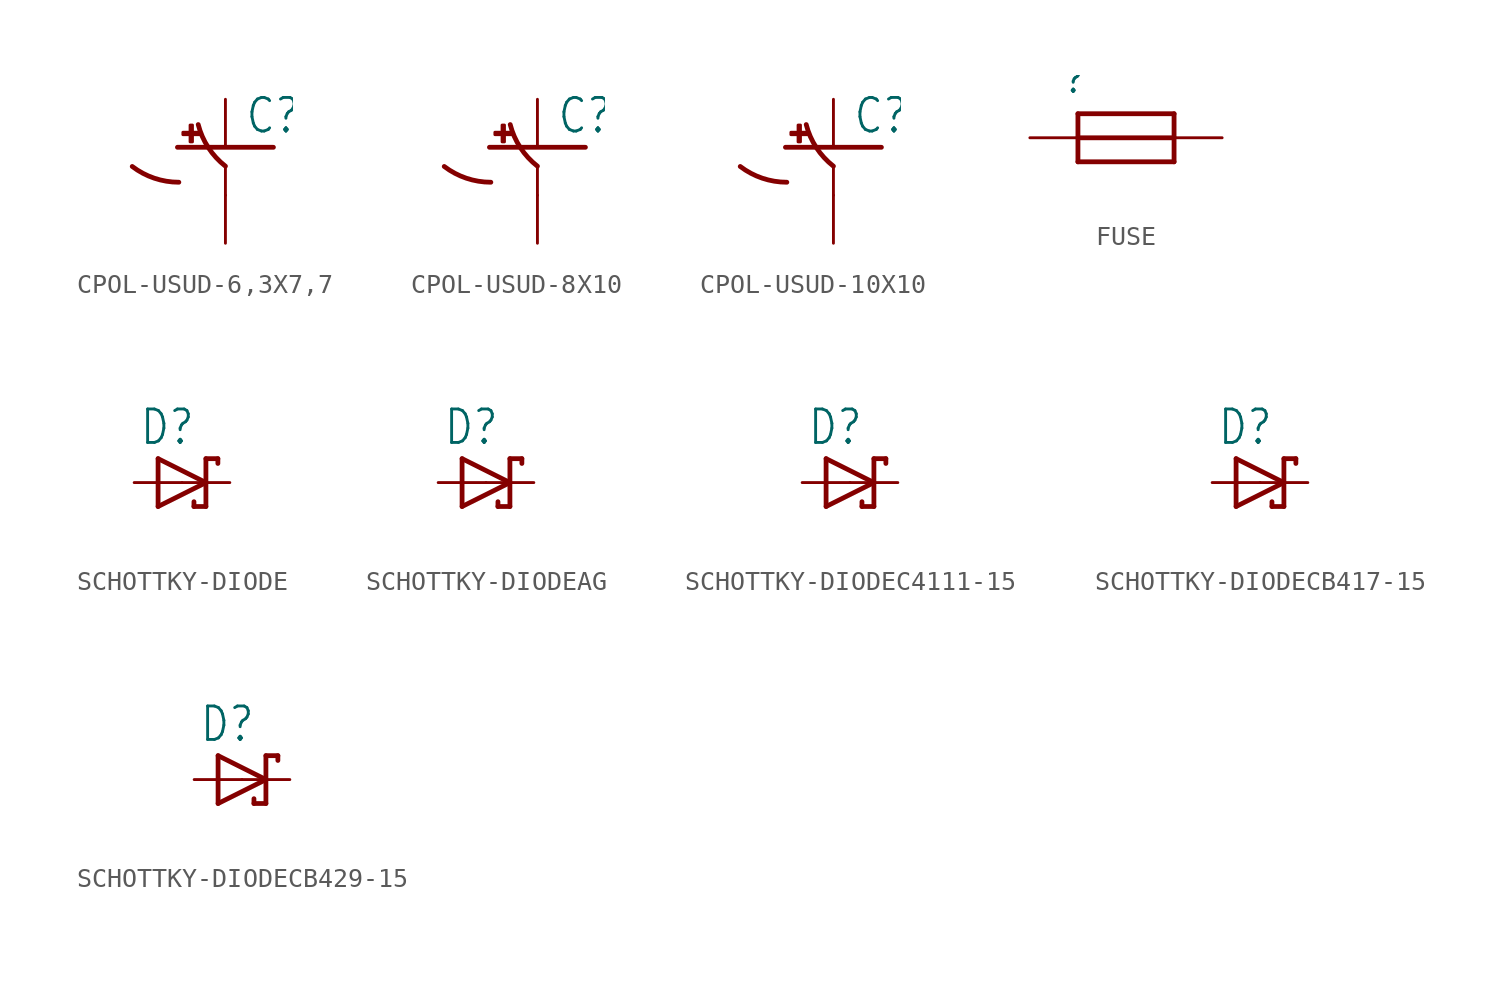
<source format=kicad_sym>
(kicad_symbol_lib
  (version 20241209)
  (generator "kicad_symbol_editor")
  (generator_version "9.0")
  (symbol "CPOL-USUD-6,3X7,7"
    (property "Reference" "C"
      (at 1.016 0.635 0)
      (effects (font (size 1.778 1.511)) (justify left bottom)))
    (property "Value" ""
      (at 1.016 -4.191 0)
      (effects (font (size 1.778 1.511)) (justify left bottom)))
    (property "ki_locked" ""
      (at 0 0 0)
      (effects (font (size 1.27 1.27))))
    (symbol "CPOL-USUD-6,3X7,7_1_0"
      (polyline (pts (xy -2.54 0) (xy 2.54 0)) (stroke (width 0.254) (type solid)) (fill (type none)))
      (arc (start -2.4669 -1.8504) (mid -3.7689 -1.6361) (end -4.9337 -1.0159) (stroke (width 0.254) (type solid)) (fill (type none)))
      (rectangle (start -2.253 0.668) (end -1.364 0.795) (stroke (width 0) (type default)) (fill (type outline)))
      (rectangle (start -1.872 0.287) (end -1.745 1.176) (stroke (width 0) (type default)) (fill (type outline)))
      (polyline (pts (xy 0 -1.016) (xy 0 -2.54)) (stroke (width 0.152) (type solid)) (fill (type none)))
      (arc (start 0 -1) (mid -0.9038 -0.0189) (end -1.4403 1.2025) (stroke (width 0.254) (type solid)) (fill (type none)))
      (pin passive line (at 0 2.54 270) (length 2.54) (name "+" (effects (font (size 0 0)))) (number "+" (effects (font (size 0 0)))))
      (pin passive line (at 0 -5.08 90) (length 2.54) (name "-" (effects (font (size 0 0)))) (number "-" (effects (font (size 0 0)))))))
  (symbol "CPOL-USUD-8X10"
    (property "Reference" "C"
      (at 1.016 0.635 0)
      (effects (font (size 1.778 1.511)) (justify left bottom)))
    (property "Value" ""
      (at 1.016 -4.191 0)
      (effects (font (size 1.778 1.511)) (justify left bottom)))
    (property "ki_locked" ""
      (at 0 0 0)
      (effects (font (size 1.27 1.27))))
    (symbol "CPOL-USUD-8X10_1_0"
      (polyline (pts (xy -2.54 0) (xy 2.54 0)) (stroke (width 0.254) (type solid)) (fill (type none)))
      (arc (start -2.4669 -1.8504) (mid -3.7689 -1.6361) (end -4.9337 -1.0159) (stroke (width 0.254) (type solid)) (fill (type none)))
      (rectangle (start -2.253 0.668) (end -1.364 0.795) (stroke (width 0) (type default)) (fill (type outline)))
      (rectangle (start -1.872 0.287) (end -1.745 1.176) (stroke (width 0) (type default)) (fill (type outline)))
      (polyline (pts (xy 0 -1.016) (xy 0 -2.54)) (stroke (width 0.152) (type solid)) (fill (type none)))
      (arc (start 0 -1) (mid -0.9038 -0.0189) (end -1.4403 1.2025) (stroke (width 0.254) (type solid)) (fill (type none)))
      (pin passive line (at 0 2.54 270) (length 2.54) (name "+" (effects (font (size 0 0)))) (number "+" (effects (font (size 0 0)))))
      (pin passive line (at 0 -5.08 90) (length 2.54) (name "-" (effects (font (size 0 0)))) (number "-" (effects (font (size 0 0)))))))
  (symbol "CPOL-USUD-10X10"
    (property "Reference" "C"
      (at 1.016 0.635 0)
      (effects (font (size 1.778 1.511)) (justify left bottom)))
    (property "Value" ""
      (at 1.016 -4.191 0)
      (effects (font (size 1.778 1.511)) (justify left bottom)))
    (property "ki_locked" ""
      (at 0 0 0)
      (effects (font (size 1.27 1.27))))
    (symbol "CPOL-USUD-10X10_1_0"
      (polyline (pts (xy -2.54 0) (xy 2.54 0)) (stroke (width 0.254) (type solid)) (fill (type none)))
      (arc (start -2.4669 -1.8504) (mid -3.7689 -1.6361) (end -4.9337 -1.0159) (stroke (width 0.254) (type solid)) (fill (type none)))
      (rectangle (start -2.253 0.668) (end -1.364 0.795) (stroke (width 0) (type default)) (fill (type outline)))
      (rectangle (start -1.872 0.287) (end -1.745 1.176) (stroke (width 0) (type default)) (fill (type outline)))
      (polyline (pts (xy 0 -1.016) (xy 0 -2.54)) (stroke (width 0.152) (type solid)) (fill (type none)))
      (arc (start 0 -1) (mid -0.9038 -0.0189) (end -1.4403 1.2025) (stroke (width 0.254) (type solid)) (fill (type none)))
      (pin passive line (at 0 2.54 270) (length 2.54) (name "+" (effects (font (size 0 0)))) (number "+" (effects (font (size 0 0)))))
      (pin passive line (at 0 -5.08 90) (length 2.54) (name "-" (effects (font (size 0 0)))) (number "-" (effects (font (size 0 0)))))))
  (symbol "FUSE"
    (property "Reference" ""
      (at -3.302 2.286 0)
      (effects (font (size 1.27 1.079)) (justify left bottom)))
    (property "Value" ""
      (at -3.302 -3.556 0)
      (effects (font (size 1.27 1.079)) (justify left bottom)))
    (property "ki_locked" ""
      (at 0 0 0)
      (effects (font (size 1.27 1.27))))
    (symbol "FUSE_1_0"
      (polyline (pts (xy -2.54 1.27) (xy 2.54 1.27)) (stroke (width 0.254) (type solid)) (fill (type none)))
      (polyline (pts (xy -2.54 0) (xy -2.54 1.27)) (stroke (width 0.254) (type solid)) (fill (type none)))
      (polyline (pts (xy -2.54 0) (xy 2.54 0)) (stroke (width 0.254) (type solid)) (fill (type none)))
      (polyline (pts (xy -2.54 -1.27) (xy -2.54 0)) (stroke (width 0.254) (type solid)) (fill (type none)))
      (polyline (pts (xy 2.54 1.27) (xy 2.54 0)) (stroke (width 0.254) (type solid)) (fill (type none)))
      (polyline (pts (xy 2.54 0) (xy 2.54 -1.27)) (stroke (width 0.254) (type solid)) (fill (type none)))
      (polyline (pts (xy 2.54 -1.27) (xy -2.54 -1.27)) (stroke (width 0.254) (type solid)) (fill (type none)))
      (pin power_in line (at -5.08 0 0) (length 2.54) (name "1" (effects (font (size 0 0)))) (number "P$1" (effects (font (size 0 0)))))
      (pin passive line (at 5.08 0 180) (length 2.54) (name "2" (effects (font (size 0 0)))) (number "P$2" (effects (font (size 0 0)))))))
  (symbol "SCHOTTKY-DIODE"
    (property "Reference" "D"
      (at -2.286 1.905 0)
      (effects (font (size 1.778 1.511)) (justify left bottom)))
    (property "Value" ""
      (at -2.286 -3.429 0)
      (effects (font (size 1.778 1.511)) (justify left bottom)))
    (property "ki_locked" ""
      (at 0 0 0)
      (effects (font (size 1.27 1.27))))
    (symbol "SCHOTTKY-DIODE_1_0"
      (polyline (pts (xy -1.27 1.27) (xy -1.27 -1.27)) (stroke (width 0.254) (type solid)) (fill (type none)))
      (polyline (pts (xy -1.27 -1.27) (xy 1.27 0)) (stroke (width 0.254) (type solid)) (fill (type none)))
      (polyline (pts (xy 0.635 -1.016) (xy 0.635 -1.27)) (stroke (width 0.254) (type solid)) (fill (type none)))
      (polyline (pts (xy 1.27 1.27) (xy 1.27 0)) (stroke (width 0.254) (type solid)) (fill (type none)))
      (polyline (pts (xy 1.27 0) (xy -1.27 1.27)) (stroke (width 0.254) (type solid)) (fill (type none)))
      (polyline (pts (xy 1.27 0) (xy 1.27 -1.27)) (stroke (width 0.254) (type solid)) (fill (type none)))
      (polyline (pts (xy 1.27 -1.27) (xy 0.635 -1.27)) (stroke (width 0.254) (type solid)) (fill (type none)))
      (polyline (pts (xy 1.905 1.27) (xy 1.27 1.27)) (stroke (width 0.254) (type solid)) (fill (type none)))
      (polyline (pts (xy 1.905 1.27) (xy 1.905 1.016)) (stroke (width 0.254) (type solid)) (fill (type none)))
      (pin passive line (at -2.54 0 0) (length 2.54) (name "A" (effects (font (size 0 0)))) (number "A" (effects (font (size 0 0)))))
      (pin passive line (at 2.54 0 180) (length 2.54) (name "C" (effects (font (size 0 0)))) (number "C" (effects (font (size 0 0)))))))
  (symbol "SCHOTTKY-DIODEAG"
    (property "Reference" "D"
      (at -2.286 1.905 0)
      (effects (font (size 1.778 1.511)) (justify left bottom)))
    (property "Value" ""
      (at -2.286 -3.429 0)
      (effects (font (size 1.778 1.511)) (justify left bottom)))
    (property "ki_locked" ""
      (at 0 0 0)
      (effects (font (size 1.27 1.27))))
    (symbol "SCHOTTKY-DIODEAG_1_0"
      (polyline (pts (xy -1.27 1.27) (xy -1.27 -1.27)) (stroke (width 0.254) (type solid)) (fill (type none)))
      (polyline (pts (xy -1.27 -1.27) (xy 1.27 0)) (stroke (width 0.254) (type solid)) (fill (type none)))
      (polyline (pts (xy 0.635 -1.016) (xy 0.635 -1.27)) (stroke (width 0.254) (type solid)) (fill (type none)))
      (polyline (pts (xy 1.27 1.27) (xy 1.27 0)) (stroke (width 0.254) (type solid)) (fill (type none)))
      (polyline (pts (xy 1.27 0) (xy -1.27 1.27)) (stroke (width 0.254) (type solid)) (fill (type none)))
      (polyline (pts (xy 1.27 0) (xy 1.27 -1.27)) (stroke (width 0.254) (type solid)) (fill (type none)))
      (polyline (pts (xy 1.27 -1.27) (xy 0.635 -1.27)) (stroke (width 0.254) (type solid)) (fill (type none)))
      (polyline (pts (xy 1.905 1.27) (xy 1.27 1.27)) (stroke (width 0.254) (type solid)) (fill (type none)))
      (polyline (pts (xy 1.905 1.27) (xy 1.905 1.016)) (stroke (width 0.254) (type solid)) (fill (type none)))
      (pin passive line (at -2.54 0 0) (length 2.54) (name "A" (effects (font (size 0 0)))) (number "A" (effects (font (size 0 0)))))
      (pin passive line (at 2.54 0 180) (length 2.54) (name "C" (effects (font (size 0 0)))) (number "C" (effects (font (size 0 0)))))))
  (symbol "SCHOTTKY-DIODEC4111-15"
    (property "Reference" "D"
      (at -2.286 1.905 0)
      (effects (font (size 1.778 1.511)) (justify left bottom)))
    (property "Value" ""
      (at -2.286 -3.429 0)
      (effects (font (size 1.778 1.511)) (justify left bottom)))
    (property "ki_locked" ""
      (at 0 0 0)
      (effects (font (size 1.27 1.27))))
    (symbol "SCHOTTKY-DIODEC4111-15_1_0"
      (polyline (pts (xy -1.27 1.27) (xy -1.27 -1.27)) (stroke (width 0.254) (type solid)) (fill (type none)))
      (polyline (pts (xy -1.27 -1.27) (xy 1.27 0)) (stroke (width 0.254) (type solid)) (fill (type none)))
      (polyline (pts (xy 0.635 -1.016) (xy 0.635 -1.27)) (stroke (width 0.254) (type solid)) (fill (type none)))
      (polyline (pts (xy 1.27 1.27) (xy 1.27 0)) (stroke (width 0.254) (type solid)) (fill (type none)))
      (polyline (pts (xy 1.27 0) (xy -1.27 1.27)) (stroke (width 0.254) (type solid)) (fill (type none)))
      (polyline (pts (xy 1.27 0) (xy 1.27 -1.27)) (stroke (width 0.254) (type solid)) (fill (type none)))
      (polyline (pts (xy 1.27 -1.27) (xy 0.635 -1.27)) (stroke (width 0.254) (type solid)) (fill (type none)))
      (polyline (pts (xy 1.905 1.27) (xy 1.27 1.27)) (stroke (width 0.254) (type solid)) (fill (type none)))
      (polyline (pts (xy 1.905 1.27) (xy 1.905 1.016)) (stroke (width 0.254) (type solid)) (fill (type none)))
      (pin passive line (at -2.54 0 0) (length 2.54) (name "A" (effects (font (size 0 0)))) (number "A" (effects (font (size 0 0)))))
      (pin passive line (at 2.54 0 180) (length 2.54) (name "C" (effects (font (size 0 0)))) (number "C" (effects (font (size 0 0)))))))
  (symbol "SCHOTTKY-DIODECB417-15"
    (property "Reference" "D"
      (at -2.286 1.905 0)
      (effects (font (size 1.778 1.511)) (justify left bottom)))
    (property "Value" ""
      (at -2.286 -3.429 0)
      (effects (font (size 1.778 1.511)) (justify left bottom)))
    (property "ki_locked" ""
      (at 0 0 0)
      (effects (font (size 1.27 1.27))))
    (symbol "SCHOTTKY-DIODECB417-15_1_0"
      (polyline (pts (xy -1.27 1.27) (xy -1.27 -1.27)) (stroke (width 0.254) (type solid)) (fill (type none)))
      (polyline (pts (xy -1.27 -1.27) (xy 1.27 0)) (stroke (width 0.254) (type solid)) (fill (type none)))
      (polyline (pts (xy 0.635 -1.016) (xy 0.635 -1.27)) (stroke (width 0.254) (type solid)) (fill (type none)))
      (polyline (pts (xy 1.27 1.27) (xy 1.27 0)) (stroke (width 0.254) (type solid)) (fill (type none)))
      (polyline (pts (xy 1.27 0) (xy -1.27 1.27)) (stroke (width 0.254) (type solid)) (fill (type none)))
      (polyline (pts (xy 1.27 0) (xy 1.27 -1.27)) (stroke (width 0.254) (type solid)) (fill (type none)))
      (polyline (pts (xy 1.27 -1.27) (xy 0.635 -1.27)) (stroke (width 0.254) (type solid)) (fill (type none)))
      (polyline (pts (xy 1.905 1.27) (xy 1.27 1.27)) (stroke (width 0.254) (type solid)) (fill (type none)))
      (polyline (pts (xy 1.905 1.27) (xy 1.905 1.016)) (stroke (width 0.254) (type solid)) (fill (type none)))
      (pin passive line (at -2.54 0 0) (length 2.54) (name "A" (effects (font (size 0 0)))) (number "A" (effects (font (size 0 0)))))
      (pin passive line (at 2.54 0 180) (length 2.54) (name "C" (effects (font (size 0 0)))) (number "C" (effects (font (size 0 0)))))))
  (symbol "SCHOTTKY-DIODECB429-15"
    (property "Reference" "D"
      (at -2.286 1.905 0)
      (effects (font (size 1.778 1.511)) (justify left bottom)))
    (property "Value" ""
      (at -2.286 -3.429 0)
      (effects (font (size 1.778 1.511)) (justify left bottom)))
    (property "ki_locked" ""
      (at 0 0 0)
      (effects (font (size 1.27 1.27))))
    (symbol "SCHOTTKY-DIODECB429-15_1_0"
      (polyline (pts (xy -1.27 1.27) (xy -1.27 -1.27)) (stroke (width 0.254) (type solid)) (fill (type none)))
      (polyline (pts (xy -1.27 -1.27) (xy 1.27 0)) (stroke (width 0.254) (type solid)) (fill (type none)))
      (polyline (pts (xy 0.635 -1.016) (xy 0.635 -1.27)) (stroke (width 0.254) (type solid)) (fill (type none)))
      (polyline (pts (xy 1.27 1.27) (xy 1.27 0)) (stroke (width 0.254) (type solid)) (fill (type none)))
      (polyline (pts (xy 1.27 0) (xy -1.27 1.27)) (stroke (width 0.254) (type solid)) (fill (type none)))
      (polyline (pts (xy 1.27 0) (xy 1.27 -1.27)) (stroke (width 0.254) (type solid)) (fill (type none)))
      (polyline (pts (xy 1.27 -1.27) (xy 0.635 -1.27)) (stroke (width 0.254) (type solid)) (fill (type none)))
      (polyline (pts (xy 1.905 1.27) (xy 1.27 1.27)) (stroke (width 0.254) (type solid)) (fill (type none)))
      (polyline (pts (xy 1.905 1.27) (xy 1.905 1.016)) (stroke (width 0.254) (type solid)) (fill (type none)))
      (pin passive line (at -2.54 0 0) (length 2.54) (name "A" (effects (font (size 0 0)))) (number "A" (effects (font (size 0 0)))))
      (pin passive line (at 2.54 0 180) (length 2.54) (name "C" (effects (font (size 0 0)))) (number "C" (effects (font (size 0 0))))))))
</source>
